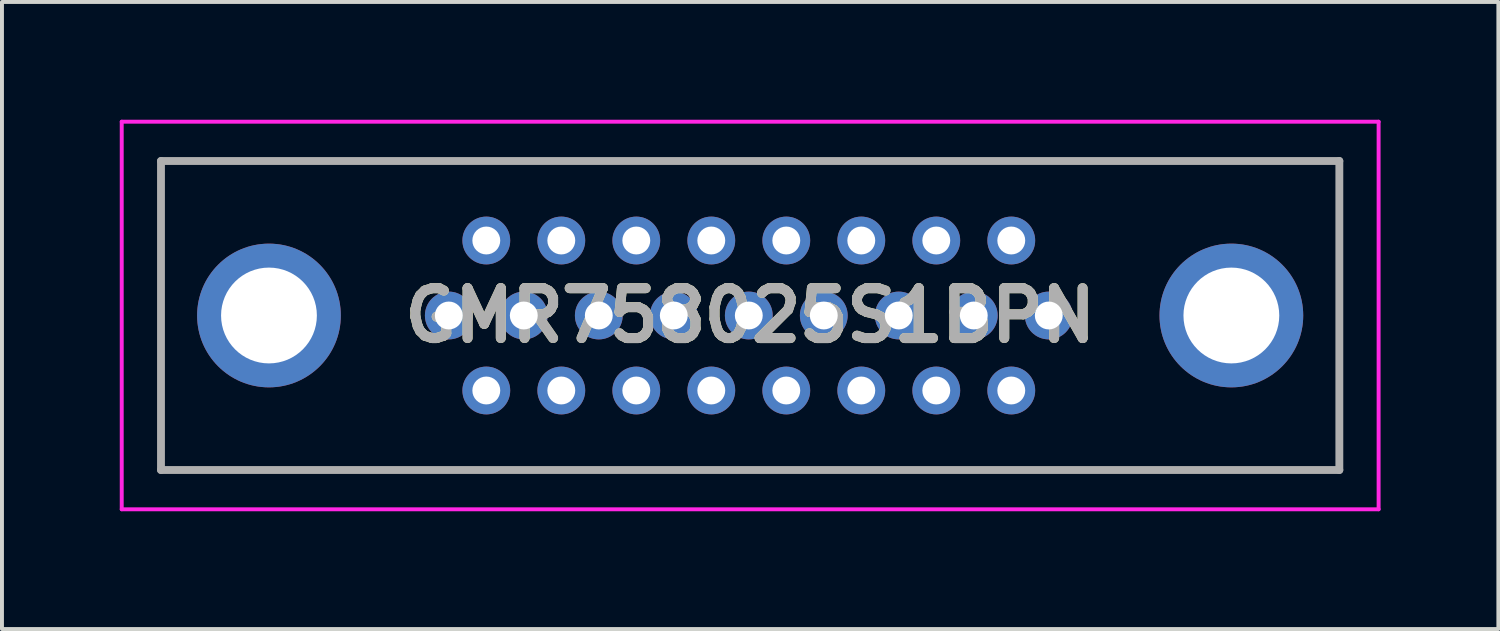
<source format=kicad_pcb>
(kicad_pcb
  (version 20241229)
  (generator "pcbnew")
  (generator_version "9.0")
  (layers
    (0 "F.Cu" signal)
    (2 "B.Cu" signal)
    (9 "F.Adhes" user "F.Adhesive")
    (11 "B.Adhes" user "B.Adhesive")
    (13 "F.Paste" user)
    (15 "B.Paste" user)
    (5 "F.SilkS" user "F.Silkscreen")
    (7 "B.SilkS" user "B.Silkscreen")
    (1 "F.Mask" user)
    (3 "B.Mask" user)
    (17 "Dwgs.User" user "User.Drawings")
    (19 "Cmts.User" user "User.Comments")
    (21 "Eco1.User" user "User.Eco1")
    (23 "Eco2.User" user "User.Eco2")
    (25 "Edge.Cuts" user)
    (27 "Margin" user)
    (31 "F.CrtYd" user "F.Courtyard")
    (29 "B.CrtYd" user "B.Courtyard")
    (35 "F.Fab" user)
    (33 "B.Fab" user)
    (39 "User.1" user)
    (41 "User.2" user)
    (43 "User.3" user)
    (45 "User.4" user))
  (footprint "GMR758025S1BPN"
    (layer "F.Cu")
    (at 23.66 4.985)
    (property "Reference" "GMR758025S1BPN" (at -7.605 0 0) (layer "F.SilkS") (effects (font (size 1.27 1.27) (thickness 0.254))))
    (attr through_hole)
    (fp_line (start -22.61 -3.935) (end -22.61 3.935) (stroke (width 0.1) (type solid)) (layer "F.SilkS"))
    (fp_line (start -22.61 3.935) (end 7.4 3.935) (stroke (width 0.1) (type solid)) (layer "F.SilkS"))
    (fp_line (start 7.4 -3.935) (end -22.61 -3.935) (stroke (width 0.1) (type solid)) (layer "F.SilkS"))
    (fp_line (start 7.4 3.935) (end 7.4 -3.935) (stroke (width 0.1) (type solid)) (layer "F.SilkS"))
    (fp_line (start -23.61 -4.935) (end -23.61 4.935) (stroke (width 0.1) (type solid)) (layer "F.CrtYd"))
    (fp_line (start -23.61 4.935) (end 8.4 4.935) (stroke (width 0.1) (type solid)) (layer "F.CrtYd"))
    (fp_line (start 8.4 -4.935) (end -23.61 -4.935) (stroke (width 0.1) (type solid)) (layer "F.CrtYd"))
    (fp_line (start 8.4 4.935) (end 8.4 -4.935) (stroke (width 0.1) (type solid)) (layer "F.CrtYd"))
    (fp_line (start -22.61 -3.935) (end -22.61 3.935) (stroke (width 0.2) (type solid)) (layer "F.Fab"))
    (fp_line (start -22.61 3.935) (end 7.4 3.935) (stroke (width 0.2) (type solid)) (layer "F.Fab"))
    (fp_line (start 7.4 -3.935) (end -22.61 -3.935) (stroke (width 0.2) (type solid)) (layer "F.Fab"))
    (fp_line (start 7.4 3.935) (end 7.4 -3.935) (stroke (width 0.2) (type solid)) (layer "F.Fab"))
    (fp_text user "${REFERENCE}" (at -7.605 0 0) (layer "F.Fab") (effects (font (size 1.27 1.27) (thickness 0.254))))
    (pad "1" thru_hole circle (at 0 0) (size 1.217 1.217) (drill 0.71) (layers "*.Cu" "*.Mask"))
    (pad "2" thru_hole circle (at -0.955 -1.91) (size 1.217 1.217) (drill 0.71) (layers "*.Cu" "*.Mask"))
    (pad "3" thru_hole circle (at -2.865 -1.91) (size 1.217 1.217) (drill 0.71) (layers "*.Cu" "*.Mask"))
    (pad "4" thru_hole circle (at -3.82 0) (size 1.217 1.217) (drill 0.71) (layers "*.Cu" "*.Mask"))
    (pad "5" thru_hole circle (at -4.775 -1.91) (size 1.217 1.217) (drill 0.71) (layers "*.Cu" "*.Mask"))
    (pad "6" thru_hole circle (at -6.685 -1.91) (size 1.217 1.217) (drill 0.71) (layers "*.Cu" "*.Mask"))
    (pad "7" thru_hole circle (at -7.64 0) (size 1.217 1.217) (drill 0.71) (layers "*.Cu" "*.Mask"))
    (pad "8" thru_hole circle (at -8.595 -1.91) (size 1.217 1.217) (drill 0.71) (layers "*.Cu" "*.Mask"))
    (pad "9" thru_hole circle (at -10.505 -1.91) (size 1.217 1.217) (drill 0.71) (layers "*.Cu" "*.Mask"))
    (pad "10" thru_hole circle (at -11.46 0) (size 1.217 1.217) (drill 0.71) (layers "*.Cu" "*.Mask"))
    (pad "11" thru_hole circle (at -12.415 -1.91) (size 1.217 1.217) (drill 0.71) (layers "*.Cu" "*.Mask"))
    (pad "12" thru_hole circle (at -14.325 -1.91) (size 1.217 1.217) (drill 0.71) (layers "*.Cu" "*.Mask"))
    (pad "13" thru_hole circle (at -15.28 0) (size 1.217 1.217) (drill 0.71) (layers "*.Cu" "*.Mask"))
    (pad "14" thru_hole circle (at -0.955 1.91) (size 1.217 1.217) (drill 0.71) (layers "*.Cu" "*.Mask"))
    (pad "15" thru_hole circle (at -1.91 0) (size 1.217 1.217) (drill 0.71) (layers "*.Cu" "*.Mask"))
    (pad "16" thru_hole circle (at -2.865 1.91) (size 1.217 1.217) (drill 0.71) (layers "*.Cu" "*.Mask"))
    (pad "17" thru_hole circle (at -4.775 1.91) (size 1.217 1.217) (drill 0.71) (layers "*.Cu" "*.Mask"))
    (pad "18" thru_hole circle (at -5.73 0) (size 1.217 1.217) (drill 0.71) (layers "*.Cu" "*.Mask"))
    (pad "19" thru_hole circle (at -6.685 1.91) (size 1.217 1.217) (drill 0.71) (layers "*.Cu" "*.Mask"))
    (pad "20" thru_hole circle (at -8.595 1.91) (size 1.217 1.217) (drill 0.71) (layers "*.Cu" "*.Mask"))
    (pad "21" thru_hole circle (at -9.55 0) (size 1.217 1.217) (drill 0.71) (layers "*.Cu" "*.Mask"))
    (pad "22" thru_hole circle (at -10.505 1.91) (size 1.217 1.217) (drill 0.71) (layers "*.Cu" "*.Mask"))
    (pad "23" thru_hole circle (at -12.415 1.91) (size 1.217 1.217) (drill 0.71) (layers "*.Cu" "*.Mask"))
    (pad "24" thru_hole circle (at -13.37 0) (size 1.217 1.217) (drill 0.71) (layers "*.Cu" "*.Mask"))
    (pad "25" thru_hole circle (at -14.325 1.91) (size 1.217 1.217) (drill 0.71) (layers "*.Cu" "*.Mask"))
    (pad "MH1" thru_hole circle (at 4.65 0) (size 3.66 3.66) (drill 2.44) (layers "*.Cu" "*.Mask"))
    (pad "MH2" thru_hole circle (at -19.86 0) (size 3.66 3.66) (drill 2.44) (layers "*.Cu" "*.Mask")))
  (gr_rect
    (start -3 -3)
    (end 35.11 12.97)
    (stroke (width 0.1) (type default))
    (fill no)
    (layer "Edge.Cuts")))
</source>
